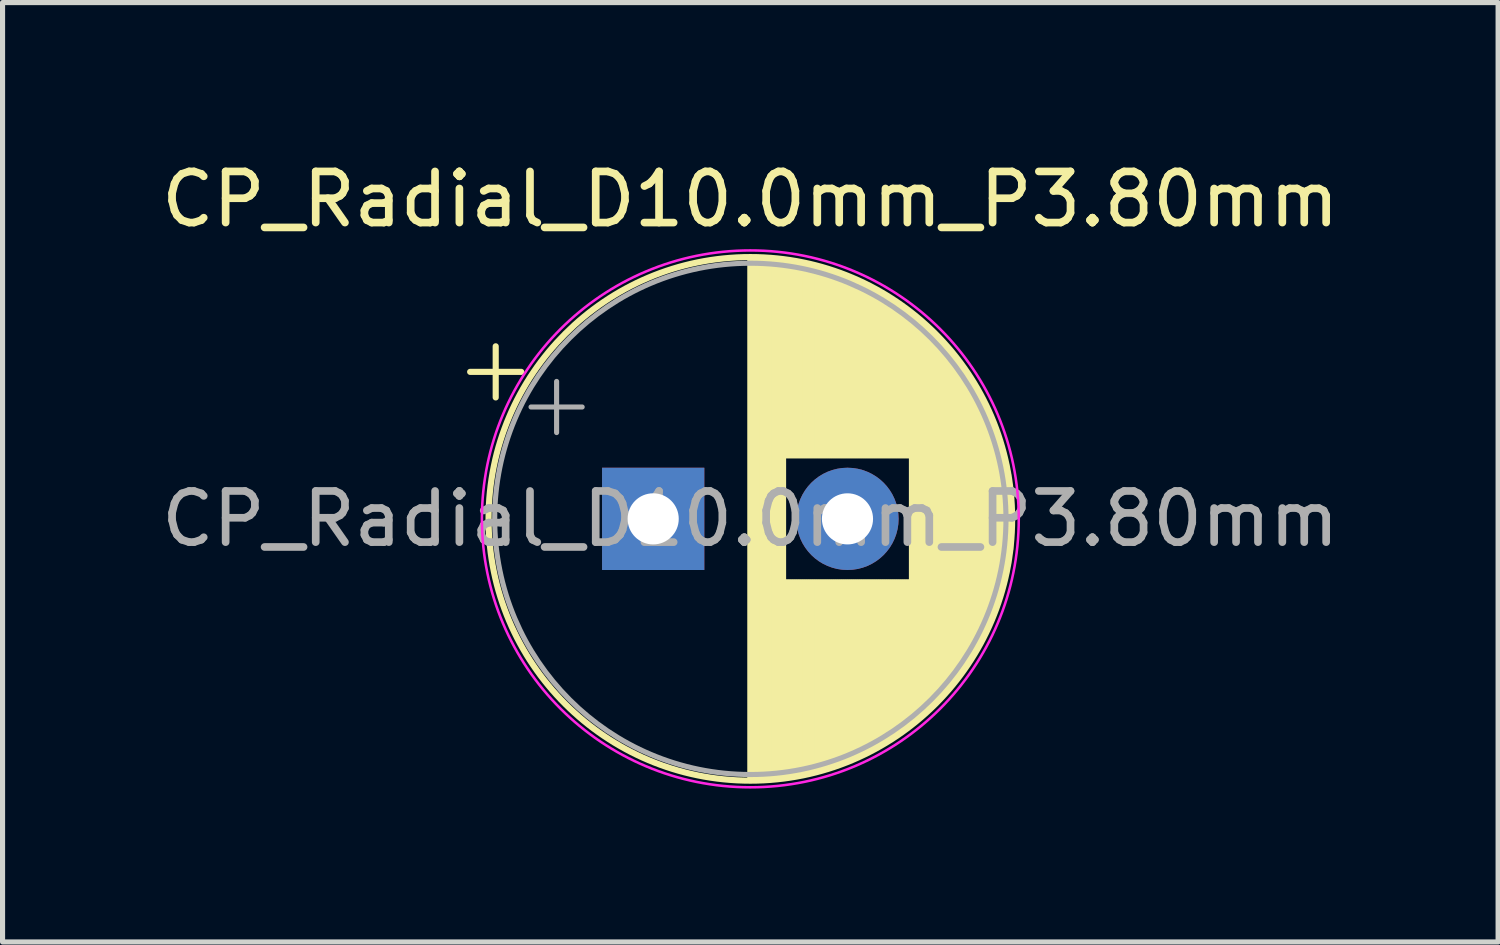
<source format=kicad_pcb>
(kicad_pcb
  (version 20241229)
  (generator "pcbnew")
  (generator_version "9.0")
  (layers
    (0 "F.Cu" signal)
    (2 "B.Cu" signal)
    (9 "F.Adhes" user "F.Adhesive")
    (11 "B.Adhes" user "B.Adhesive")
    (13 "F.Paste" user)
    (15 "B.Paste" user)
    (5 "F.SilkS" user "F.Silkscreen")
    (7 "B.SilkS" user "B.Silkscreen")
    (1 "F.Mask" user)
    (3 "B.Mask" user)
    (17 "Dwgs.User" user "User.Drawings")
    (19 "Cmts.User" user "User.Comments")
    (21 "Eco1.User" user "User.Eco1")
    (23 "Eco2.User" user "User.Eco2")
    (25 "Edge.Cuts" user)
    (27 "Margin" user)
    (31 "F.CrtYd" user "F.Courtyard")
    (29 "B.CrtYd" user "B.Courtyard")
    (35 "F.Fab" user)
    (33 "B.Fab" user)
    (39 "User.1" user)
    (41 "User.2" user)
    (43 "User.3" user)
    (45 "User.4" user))
  (footprint "CP_Radial_D10.0mm_P3.80mm"
    (layer "F.Cu")
    (at 9.725 7.098)
    (property "Reference" "CP_Radial_D10.0mm_P3.80mm" (at 1.9 -6.25 0) (layer "F.SilkS") (effects (font (size 1 1) (thickness 0.15))))
    (attr through_hole)
    (fp_line (start -3.58 -2.875) (end -2.58 -2.875) (stroke (width 0.12) (type solid)) (layer "F.SilkS"))
    (fp_line (start -3.08 -3.375) (end -3.08 -2.375) (stroke (width 0.12) (type solid)) (layer "F.SilkS"))
    (fp_line (start 1.9 -5.08) (end 1.9 5.08) (stroke (width 0.12) (type solid)) (layer "F.SilkS"))
    (fp_line (start 1.94 -5.08) (end 1.94 5.08) (stroke (width 0.12) (type solid)) (layer "F.SilkS"))
    (fp_line (start 1.98 -5.08) (end 1.98 5.08) (stroke (width 0.12) (type solid)) (layer "F.SilkS"))
    (fp_line (start 2.02 -5.079) (end 2.02 5.079) (stroke (width 0.12) (type solid)) (layer "F.SilkS"))
    (fp_line (start 2.06 -5.078) (end 2.06 5.078) (stroke (width 0.12) (type solid)) (layer "F.SilkS"))
    (fp_line (start 2.1 -5.077) (end 2.1 5.077) (stroke (width 0.12) (type solid)) (layer "F.SilkS"))
    (fp_line (start 2.14 -5.075) (end 2.14 5.075) (stroke (width 0.12) (type solid)) (layer "F.SilkS"))
    (fp_line (start 2.18 -5.073) (end 2.18 5.073) (stroke (width 0.12) (type solid)) (layer "F.SilkS"))
    (fp_line (start 2.22 -5.07) (end 2.22 5.07) (stroke (width 0.12) (type solid)) (layer "F.SilkS"))
    (fp_line (start 2.26 -5.068) (end 2.26 5.068) (stroke (width 0.12) (type solid)) (layer "F.SilkS"))
    (fp_line (start 2.3 -5.065) (end 2.3 5.065) (stroke (width 0.12) (type solid)) (layer "F.SilkS"))
    (fp_line (start 2.34 -5.062) (end 2.34 5.062) (stroke (width 0.12) (type solid)) (layer "F.SilkS"))
    (fp_line (start 2.38 -5.058) (end 2.38 5.058) (stroke (width 0.12) (type solid)) (layer "F.SilkS"))
    (fp_line (start 2.42 -5.054) (end 2.42 5.054) (stroke (width 0.12) (type solid)) (layer "F.SilkS"))
    (fp_line (start 2.46 -5.05) (end 2.46 5.05) (stroke (width 0.12) (type solid)) (layer "F.SilkS"))
    (fp_line (start 2.5 -5.045) (end 2.5 5.045) (stroke (width 0.12) (type solid)) (layer "F.SilkS"))
    (fp_line (start 2.54 -5.04) (end 2.54 5.04) (stroke (width 0.12) (type solid)) (layer "F.SilkS"))
    (fp_line (start 2.58 -5.035) (end 2.58 -1.241) (stroke (width 0.12) (type solid)) (layer "F.SilkS"))
    (fp_line (start 2.58 1.241) (end 2.58 5.035) (stroke (width 0.12) (type solid)) (layer "F.SilkS"))
    (fp_line (start 2.621 -5.03) (end 2.621 -1.241) (stroke (width 0.12) (type solid)) (layer "F.SilkS"))
    (fp_line (start 2.621 1.241) (end 2.621 5.03) (stroke (width 0.12) (type solid)) (layer "F.SilkS"))
    (fp_line (start 2.661 -5.024) (end 2.661 -1.241) (stroke (width 0.12) (type solid)) (layer "F.SilkS"))
    (fp_line (start 2.661 1.241) (end 2.661 5.024) (stroke (width 0.12) (type solid)) (layer "F.SilkS"))
    (fp_line (start 2.701 -5.018) (end 2.701 -1.241) (stroke (width 0.12) (type solid)) (layer "F.SilkS"))
    (fp_line (start 2.701 1.241) (end 2.701 5.018) (stroke (width 0.12) (type solid)) (layer "F.SilkS"))
    (fp_line (start 2.741 -5.011) (end 2.741 -1.241) (stroke (width 0.12) (type solid)) (layer "F.SilkS"))
    (fp_line (start 2.741 1.241) (end 2.741 5.011) (stroke (width 0.12) (type solid)) (layer "F.SilkS"))
    (fp_line (start 2.781 -5.004) (end 2.781 -1.241) (stroke (width 0.12) (type solid)) (layer "F.SilkS"))
    (fp_line (start 2.781 1.241) (end 2.781 5.004) (stroke (width 0.12) (type solid)) (layer "F.SilkS"))
    (fp_line (start 2.821 -4.997) (end 2.821 -1.241) (stroke (width 0.12) (type solid)) (layer "F.SilkS"))
    (fp_line (start 2.821 1.241) (end 2.821 4.997) (stroke (width 0.12) (type solid)) (layer "F.SilkS"))
    (fp_line (start 2.861 -4.99) (end 2.861 -1.241) (stroke (width 0.12) (type solid)) (layer "F.SilkS"))
    (fp_line (start 2.861 1.241) (end 2.861 4.99) (stroke (width 0.12) (type solid)) (layer "F.SilkS"))
    (fp_line (start 2.901 -4.982) (end 2.901 -1.241) (stroke (width 0.12) (type solid)) (layer "F.SilkS"))
    (fp_line (start 2.901 1.241) (end 2.901 4.982) (stroke (width 0.12) (type solid)) (layer "F.SilkS"))
    (fp_line (start 2.941 -4.974) (end 2.941 -1.241) (stroke (width 0.12) (type solid)) (layer "F.SilkS"))
    (fp_line (start 2.941 1.241) (end 2.941 4.974) (stroke (width 0.12) (type solid)) (layer "F.SilkS"))
    (fp_line (start 2.981 -4.965) (end 2.981 -1.241) (stroke (width 0.12) (type solid)) (layer "F.SilkS"))
    (fp_line (start 2.981 1.241) (end 2.981 4.965) (stroke (width 0.12) (type solid)) (layer "F.SilkS"))
    (fp_line (start 3.021 -4.956) (end 3.021 -1.241) (stroke (width 0.12) (type solid)) (layer "F.SilkS"))
    (fp_line (start 3.021 1.241) (end 3.021 4.956) (stroke (width 0.12) (type solid)) (layer "F.SilkS"))
    (fp_line (start 3.061 -4.947) (end 3.061 -1.241) (stroke (width 0.12) (type solid)) (layer "F.SilkS"))
    (fp_line (start 3.061 1.241) (end 3.061 4.947) (stroke (width 0.12) (type solid)) (layer "F.SilkS"))
    (fp_line (start 3.101 -4.938) (end 3.101 -1.241) (stroke (width 0.12) (type solid)) (layer "F.SilkS"))
    (fp_line (start 3.101 1.241) (end 3.101 4.938) (stroke (width 0.12) (type solid)) (layer "F.SilkS"))
    (fp_line (start 3.141 -4.928) (end 3.141 -1.241) (stroke (width 0.12) (type solid)) (layer "F.SilkS"))
    (fp_line (start 3.141 1.241) (end 3.141 4.928) (stroke (width 0.12) (type solid)) (layer "F.SilkS"))
    (fp_line (start 3.181 -4.918) (end 3.181 -1.241) (stroke (width 0.12) (type solid)) (layer "F.SilkS"))
    (fp_line (start 3.181 1.241) (end 3.181 4.918) (stroke (width 0.12) (type solid)) (layer "F.SilkS"))
    (fp_line (start 3.221 -4.907) (end 3.221 -1.241) (stroke (width 0.12) (type solid)) (layer "F.SilkS"))
    (fp_line (start 3.221 1.241) (end 3.221 4.907) (stroke (width 0.12) (type solid)) (layer "F.SilkS"))
    (fp_line (start 3.261 -4.897) (end 3.261 -1.241) (stroke (width 0.12) (type solid)) (layer "F.SilkS"))
    (fp_line (start 3.261 1.241) (end 3.261 4.897) (stroke (width 0.12) (type solid)) (layer "F.SilkS"))
    (fp_line (start 3.301 -4.885) (end 3.301 -1.241) (stroke (width 0.12) (type solid)) (layer "F.SilkS"))
    (fp_line (start 3.301 1.241) (end 3.301 4.885) (stroke (width 0.12) (type solid)) (layer "F.SilkS"))
    (fp_line (start 3.341 -4.874) (end 3.341 -1.241) (stroke (width 0.12) (type solid)) (layer "F.SilkS"))
    (fp_line (start 3.341 1.241) (end 3.341 4.874) (stroke (width 0.12) (type solid)) (layer "F.SilkS"))
    (fp_line (start 3.381 -4.862) (end 3.381 -1.241) (stroke (width 0.12) (type solid)) (layer "F.SilkS"))
    (fp_line (start 3.381 1.241) (end 3.381 4.862) (stroke (width 0.12) (type solid)) (layer "F.SilkS"))
    (fp_line (start 3.421 -4.85) (end 3.421 -1.241) (stroke (width 0.12) (type solid)) (layer "F.SilkS"))
    (fp_line (start 3.421 1.241) (end 3.421 4.85) (stroke (width 0.12) (type solid)) (layer "F.SilkS"))
    (fp_line (start 3.461 -4.837) (end 3.461 -1.241) (stroke (width 0.12) (type solid)) (layer "F.SilkS"))
    (fp_line (start 3.461 1.241) (end 3.461 4.837) (stroke (width 0.12) (type solid)) (layer "F.SilkS"))
    (fp_line (start 3.501 -4.824) (end 3.501 -1.241) (stroke (width 0.12) (type solid)) (layer "F.SilkS"))
    (fp_line (start 3.501 1.241) (end 3.501 4.824) (stroke (width 0.12) (type solid)) (layer "F.SilkS"))
    (fp_line (start 3.541 -4.811) (end 3.541 -1.241) (stroke (width 0.12) (type solid)) (layer "F.SilkS"))
    (fp_line (start 3.541 1.241) (end 3.541 4.811) (stroke (width 0.12) (type solid)) (layer "F.SilkS"))
    (fp_line (start 3.581 -4.797) (end 3.581 -1.241) (stroke (width 0.12) (type solid)) (layer "F.SilkS"))
    (fp_line (start 3.581 1.241) (end 3.581 4.797) (stroke (width 0.12) (type solid)) (layer "F.SilkS"))
    (fp_line (start 3.621 -4.783) (end 3.621 -1.241) (stroke (width 0.12) (type solid)) (layer "F.SilkS"))
    (fp_line (start 3.621 1.241) (end 3.621 4.783) (stroke (width 0.12) (type solid)) (layer "F.SilkS"))
    (fp_line (start 3.661 -4.768) (end 3.661 -1.241) (stroke (width 0.12) (type solid)) (layer "F.SilkS"))
    (fp_line (start 3.661 1.241) (end 3.661 4.768) (stroke (width 0.12) (type solid)) (layer "F.SilkS"))
    (fp_line (start 3.701 -4.754) (end 3.701 -1.241) (stroke (width 0.12) (type solid)) (layer "F.SilkS"))
    (fp_line (start 3.701 1.241) (end 3.701 4.754) (stroke (width 0.12) (type solid)) (layer "F.SilkS"))
    (fp_line (start 3.741 -4.738) (end 3.741 -1.241) (stroke (width 0.12) (type solid)) (layer "F.SilkS"))
    (fp_line (start 3.741 1.241) (end 3.741 4.738) (stroke (width 0.12) (type solid)) (layer "F.SilkS"))
    (fp_line (start 3.781 -4.723) (end 3.781 -1.241) (stroke (width 0.12) (type solid)) (layer "F.SilkS"))
    (fp_line (start 3.781 1.241) (end 3.781 4.723) (stroke (width 0.12) (type solid)) (layer "F.SilkS"))
    (fp_line (start 3.821 -4.707) (end 3.821 -1.241) (stroke (width 0.12) (type solid)) (layer "F.SilkS"))
    (fp_line (start 3.821 1.241) (end 3.821 4.707) (stroke (width 0.12) (type solid)) (layer "F.SilkS"))
    (fp_line (start 3.861 -4.69) (end 3.861 -1.241) (stroke (width 0.12) (type solid)) (layer "F.SilkS"))
    (fp_line (start 3.861 1.241) (end 3.861 4.69) (stroke (width 0.12) (type solid)) (layer "F.SilkS"))
    (fp_line (start 3.901 -4.674) (end 3.901 -1.241) (stroke (width 0.12) (type solid)) (layer "F.SilkS"))
    (fp_line (start 3.901 1.241) (end 3.901 4.674) (stroke (width 0.12) (type solid)) (layer "F.SilkS"))
    (fp_line (start 3.941 -4.657) (end 3.941 -1.241) (stroke (width 0.12) (type solid)) (layer "F.SilkS"))
    (fp_line (start 3.941 1.241) (end 3.941 4.657) (stroke (width 0.12) (type solid)) (layer "F.SilkS"))
    (fp_line (start 3.981 -4.639) (end 3.981 -1.241) (stroke (width 0.12) (type solid)) (layer "F.SilkS"))
    (fp_line (start 3.981 1.241) (end 3.981 4.639) (stroke (width 0.12) (type solid)) (layer "F.SilkS"))
    (fp_line (start 4.021 -4.621) (end 4.021 -1.241) (stroke (width 0.12) (type solid)) (layer "F.SilkS"))
    (fp_line (start 4.021 1.241) (end 4.021 4.621) (stroke (width 0.12) (type solid)) (layer "F.SilkS"))
    (fp_line (start 4.061 -4.603) (end 4.061 -1.241) (stroke (width 0.12) (type solid)) (layer "F.SilkS"))
    (fp_line (start 4.061 1.241) (end 4.061 4.603) (stroke (width 0.12) (type solid)) (layer "F.SilkS"))
    (fp_line (start 4.101 -4.584) (end 4.101 -1.241) (stroke (width 0.12) (type solid)) (layer "F.SilkS"))
    (fp_line (start 4.101 1.241) (end 4.101 4.584) (stroke (width 0.12) (type solid)) (layer "F.SilkS"))
    (fp_line (start 4.141 -4.564) (end 4.141 -1.241) (stroke (width 0.12) (type solid)) (layer "F.SilkS"))
    (fp_line (start 4.141 1.241) (end 4.141 4.564) (stroke (width 0.12) (type solid)) (layer "F.SilkS"))
    (fp_line (start 4.181 -4.545) (end 4.181 -1.241) (stroke (width 0.12) (type solid)) (layer "F.SilkS"))
    (fp_line (start 4.181 1.241) (end 4.181 4.545) (stroke (width 0.12) (type solid)) (layer "F.SilkS"))
    (fp_line (start 4.221 -4.525) (end 4.221 -1.241) (stroke (width 0.12) (type solid)) (layer "F.SilkS"))
    (fp_line (start 4.221 1.241) (end 4.221 4.525) (stroke (width 0.12) (type solid)) (layer "F.SilkS"))
    (fp_line (start 4.261 -4.504) (end 4.261 -1.241) (stroke (width 0.12) (type solid)) (layer "F.SilkS"))
    (fp_line (start 4.261 1.241) (end 4.261 4.504) (stroke (width 0.12) (type solid)) (layer "F.SilkS"))
    (fp_line (start 4.301 -4.483) (end 4.301 -1.241) (stroke (width 0.12) (type solid)) (layer "F.SilkS"))
    (fp_line (start 4.301 1.241) (end 4.301 4.483) (stroke (width 0.12) (type solid)) (layer "F.SilkS"))
    (fp_line (start 4.341 -4.462) (end 4.341 -1.241) (stroke (width 0.12) (type solid)) (layer "F.SilkS"))
    (fp_line (start 4.341 1.241) (end 4.341 4.462) (stroke (width 0.12) (type solid)) (layer "F.SilkS"))
    (fp_line (start 4.381 -4.44) (end 4.381 -1.241) (stroke (width 0.12) (type solid)) (layer "F.SilkS"))
    (fp_line (start 4.381 1.241) (end 4.381 4.44) (stroke (width 0.12) (type solid)) (layer "F.SilkS"))
    (fp_line (start 4.421 -4.417) (end 4.421 -1.241) (stroke (width 0.12) (type solid)) (layer "F.SilkS"))
    (fp_line (start 4.421 1.241) (end 4.421 4.417) (stroke (width 0.12) (type solid)) (layer "F.SilkS"))
    (fp_line (start 4.461 -4.395) (end 4.461 -1.241) (stroke (width 0.12) (type solid)) (layer "F.SilkS"))
    (fp_line (start 4.461 1.241) (end 4.461 4.395) (stroke (width 0.12) (type solid)) (layer "F.SilkS"))
    (fp_line (start 4.501 -4.371) (end 4.501 -1.241) (stroke (width 0.12) (type solid)) (layer "F.SilkS"))
    (fp_line (start 4.501 1.241) (end 4.501 4.371) (stroke (width 0.12) (type solid)) (layer "F.SilkS"))
    (fp_line (start 4.541 -4.347) (end 4.541 -1.241) (stroke (width 0.12) (type solid)) (layer "F.SilkS"))
    (fp_line (start 4.541 1.241) (end 4.541 4.347) (stroke (width 0.12) (type solid)) (layer "F.SilkS"))
    (fp_line (start 4.581 -4.323) (end 4.581 -1.241) (stroke (width 0.12) (type solid)) (layer "F.SilkS"))
    (fp_line (start 4.581 1.241) (end 4.581 4.323) (stroke (width 0.12) (type solid)) (layer "F.SilkS"))
    (fp_line (start 4.621 -4.298) (end 4.621 -1.241) (stroke (width 0.12) (type solid)) (layer "F.SilkS"))
    (fp_line (start 4.621 1.241) (end 4.621 4.298) (stroke (width 0.12) (type solid)) (layer "F.SilkS"))
    (fp_line (start 4.661 -4.273) (end 4.661 -1.241) (stroke (width 0.12) (type solid)) (layer "F.SilkS"))
    (fp_line (start 4.661 1.241) (end 4.661 4.273) (stroke (width 0.12) (type solid)) (layer "F.SilkS"))
    (fp_line (start 4.701 -4.247) (end 4.701 -1.241) (stroke (width 0.12) (type solid)) (layer "F.SilkS"))
    (fp_line (start 4.701 1.241) (end 4.701 4.247) (stroke (width 0.12) (type solid)) (layer "F.SilkS"))
    (fp_line (start 4.741 -4.221) (end 4.741 -1.241) (stroke (width 0.12) (type solid)) (layer "F.SilkS"))
    (fp_line (start 4.741 1.241) (end 4.741 4.221) (stroke (width 0.12) (type solid)) (layer "F.SilkS"))
    (fp_line (start 4.781 -4.194) (end 4.781 -1.241) (stroke (width 0.12) (type solid)) (layer "F.SilkS"))
    (fp_line (start 4.781 1.241) (end 4.781 4.194) (stroke (width 0.12) (type solid)) (layer "F.SilkS"))
    (fp_line (start 4.821 -4.166) (end 4.821 -1.241) (stroke (width 0.12) (type solid)) (layer "F.SilkS"))
    (fp_line (start 4.821 1.241) (end 4.821 4.166) (stroke (width 0.12) (type solid)) (layer "F.SilkS"))
    (fp_line (start 4.861 -4.138) (end 4.861 -1.241) (stroke (width 0.12) (type solid)) (layer "F.SilkS"))
    (fp_line (start 4.861 1.241) (end 4.861 4.138) (stroke (width 0.12) (type solid)) (layer "F.SilkS"))
    (fp_line (start 4.901 -4.11) (end 4.901 -1.241) (stroke (width 0.12) (type solid)) (layer "F.SilkS"))
    (fp_line (start 4.901 1.241) (end 4.901 4.11) (stroke (width 0.12) (type solid)) (layer "F.SilkS"))
    (fp_line (start 4.941 -4.08) (end 4.941 -1.241) (stroke (width 0.12) (type solid)) (layer "F.SilkS"))
    (fp_line (start 4.941 1.241) (end 4.941 4.08) (stroke (width 0.12) (type solid)) (layer "F.SilkS"))
    (fp_line (start 4.981 -4.05) (end 4.981 -1.241) (stroke (width 0.12) (type solid)) (layer "F.SilkS"))
    (fp_line (start 4.981 1.241) (end 4.981 4.05) (stroke (width 0.12) (type solid)) (layer "F.SilkS"))
    (fp_line (start 5.021 -4.02) (end 5.021 -1.241) (stroke (width 0.12) (type solid)) (layer "F.SilkS"))
    (fp_line (start 5.021 1.241) (end 5.021 4.02) (stroke (width 0.12) (type solid)) (layer "F.SilkS"))
    (fp_line (start 5.061 -3.989) (end 5.061 3.989) (stroke (width 0.12) (type solid)) (layer "F.SilkS"))
    (fp_line (start 5.101 -3.957) (end 5.101 3.957) (stroke (width 0.12) (type solid)) (layer "F.SilkS"))
    (fp_line (start 5.141 -3.925) (end 5.141 3.925) (stroke (width 0.12) (type solid)) (layer "F.SilkS"))
    (fp_line (start 5.181 -3.892) (end 5.181 3.892) (stroke (width 0.12) (type solid)) (layer "F.SilkS"))
    (fp_line (start 5.221 -3.858) (end 5.221 3.858) (stroke (width 0.12) (type solid)) (layer "F.SilkS"))
    (fp_line (start 5.261 -3.824) (end 5.261 3.824) (stroke (width 0.12) (type solid)) (layer "F.SilkS"))
    (fp_line (start 5.301 -3.789) (end 5.301 3.789) (stroke (width 0.12) (type solid)) (layer "F.SilkS"))
    (fp_line (start 5.341 -3.753) (end 5.341 3.753) (stroke (width 0.12) (type solid)) (layer "F.SilkS"))
    (fp_line (start 5.381 -3.716) (end 5.381 3.716) (stroke (width 0.12) (type solid)) (layer "F.SilkS"))
    (fp_line (start 5.421 -3.679) (end 5.421 3.679) (stroke (width 0.12) (type solid)) (layer "F.SilkS"))
    (fp_line (start 5.461 -3.64) (end 5.461 3.64) (stroke (width 0.12) (type solid)) (layer "F.SilkS"))
    (fp_line (start 5.501 -3.601) (end 5.501 3.601) (stroke (width 0.12) (type solid)) (layer "F.SilkS"))
    (fp_line (start 5.541 -3.561) (end 5.541 3.561) (stroke (width 0.12) (type solid)) (layer "F.SilkS"))
    (fp_line (start 5.581 -3.52) (end 5.581 3.52) (stroke (width 0.12) (type solid)) (layer "F.SilkS"))
    (fp_line (start 5.621 -3.478) (end 5.621 3.478) (stroke (width 0.12) (type solid)) (layer "F.SilkS"))
    (fp_line (start 5.661 -3.436) (end 5.661 3.436) (stroke (width 0.12) (type solid)) (layer "F.SilkS"))
    (fp_line (start 5.701 -3.392) (end 5.701 3.392) (stroke (width 0.12) (type solid)) (layer "F.SilkS"))
    (fp_line (start 5.741 -3.347) (end 5.741 3.347) (stroke (width 0.12) (type solid)) (layer "F.SilkS"))
    (fp_line (start 5.781 -3.301) (end 5.781 3.301) (stroke (width 0.12) (type solid)) (layer "F.SilkS"))
    (fp_line (start 5.821 -3.254) (end 5.821 3.254) (stroke (width 0.12) (type solid)) (layer "F.SilkS"))
    (fp_line (start 5.861 -3.206) (end 5.861 3.206) (stroke (width 0.12) (type solid)) (layer "F.SilkS"))
    (fp_line (start 5.901 -3.156) (end 5.901 3.156) (stroke (width 0.12) (type solid)) (layer "F.SilkS"))
    (fp_line (start 5.941 -3.106) (end 5.941 3.106) (stroke (width 0.12) (type solid)) (layer "F.SilkS"))
    (fp_line (start 5.981 -3.054) (end 5.981 3.054) (stroke (width 0.12) (type solid)) (layer "F.SilkS"))
    (fp_line (start 6.021 -3) (end 6.021 3) (stroke (width 0.12) (type solid)) (layer "F.SilkS"))
    (fp_line (start 6.061 -2.945) (end 6.061 2.945) (stroke (width 0.12) (type solid)) (layer "F.SilkS"))
    (fp_line (start 6.101 -2.889) (end 6.101 2.889) (stroke (width 0.12) (type solid)) (layer "F.SilkS"))
    (fp_line (start 6.141 -2.83) (end 6.141 2.83) (stroke (width 0.12) (type solid)) (layer "F.SilkS"))
    (fp_line (start 6.181 -2.77) (end 6.181 2.77) (stroke (width 0.12) (type solid)) (layer "F.SilkS"))
    (fp_line (start 6.221 -2.709) (end 6.221 2.709) (stroke (width 0.12) (type solid)) (layer "F.SilkS"))
    (fp_line (start 6.261 -2.645) (end 6.261 2.645) (stroke (width 0.12) (type solid)) (layer "F.SilkS"))
    (fp_line (start 6.301 -2.579) (end 6.301 2.579) (stroke (width 0.12) (type solid)) (layer "F.SilkS"))
    (fp_line (start 6.341 -2.51) (end 6.341 2.51) (stroke (width 0.12) (type solid)) (layer "F.SilkS"))
    (fp_line (start 6.381 -2.439) (end 6.381 2.439) (stroke (width 0.12) (type solid)) (layer "F.SilkS"))
    (fp_line (start 6.421 -2.365) (end 6.421 2.365) (stroke (width 0.12) (type solid)) (layer "F.SilkS"))
    (fp_line (start 6.461 -2.289) (end 6.461 2.289) (stroke (width 0.12) (type solid)) (layer "F.SilkS"))
    (fp_line (start 6.501 -2.209) (end 6.501 2.209) (stroke (width 0.12) (type solid)) (layer "F.SilkS"))
    (fp_line (start 6.541 -2.125) (end 6.541 2.125) (stroke (width 0.12) (type solid)) (layer "F.SilkS"))
    (fp_line (start 6.581 -2.037) (end 6.581 2.037) (stroke (width 0.12) (type solid)) (layer "F.SilkS"))
    (fp_line (start 6.621 -1.944) (end 6.621 1.944) (stroke (width 0.12) (type solid)) (layer "F.SilkS"))
    (fp_line (start 6.661 -1.846) (end 6.661 1.846) (stroke (width 0.12) (type solid)) (layer "F.SilkS"))
    (fp_line (start 6.701 -1.742) (end 6.701 1.742) (stroke (width 0.12) (type solid)) (layer "F.SilkS"))
    (fp_line (start 6.741 -1.63) (end 6.741 1.63) (stroke (width 0.12) (type solid)) (layer "F.SilkS"))
    (fp_line (start 6.781 -1.51) (end 6.781 1.51) (stroke (width 0.12) (type solid)) (layer "F.SilkS"))
    (fp_line (start 6.821 -1.378) (end 6.821 1.378) (stroke (width 0.12) (type solid)) (layer "F.SilkS"))
    (fp_line (start 6.861 -1.23) (end 6.861 1.23) (stroke (width 0.12) (type solid)) (layer "F.SilkS"))
    (fp_line (start 6.901 -1.062) (end 6.901 1.062) (stroke (width 0.12) (type solid)) (layer "F.SilkS"))
    (fp_line (start 6.941 -0.862) (end 6.941 0.862) (stroke (width 0.12) (type solid)) (layer "F.SilkS"))
    (fp_line (start 6.981 -0.599) (end 6.981 0.599) (stroke (width 0.12) (type solid)) (layer "F.SilkS"))
    (fp_circle (center 1.9 0) (end 7.02 0) (stroke (width 0.12) (type solid)) (fill no) (layer "F.SilkS"))
    (fp_circle (center 1.9 0) (end 7.15 0) (stroke (width 0.05) (type solid)) (fill no) (layer "F.CrtYd"))
    (fp_line (start -2.389 -2.188) (end -1.389 -2.188) (stroke (width 0.1) (type solid)) (layer "F.Fab"))
    (fp_line (start -1.889 -2.688) (end -1.889 -1.688) (stroke (width 0.1) (type solid)) (layer "F.Fab"))
    (fp_circle (center 1.9 0) (end 6.9 0) (stroke (width 0.1) (type solid)) (fill no) (layer "F.Fab"))
    (fp_text user "${REFERENCE}" (at 1.9 0 0) (layer "F.Fab") (effects (font (size 1 1) (thickness 0.15))))
    (pad "1" thru_hole rect (at 0 0) (size 2 2) (drill 1) (layers "*.Cu" "*.Mask"))
    (pad "2" thru_hole circle (at 3.8 0) (size 2 2) (drill 1) (layers "*.Cu" "*.Mask")))
  (gr_rect
    (start -3 -3)
    (end 26.25 15.373)
    (stroke (width 0.1) (type default))
    (fill no)
    (layer "Edge.Cuts")))
</source>
